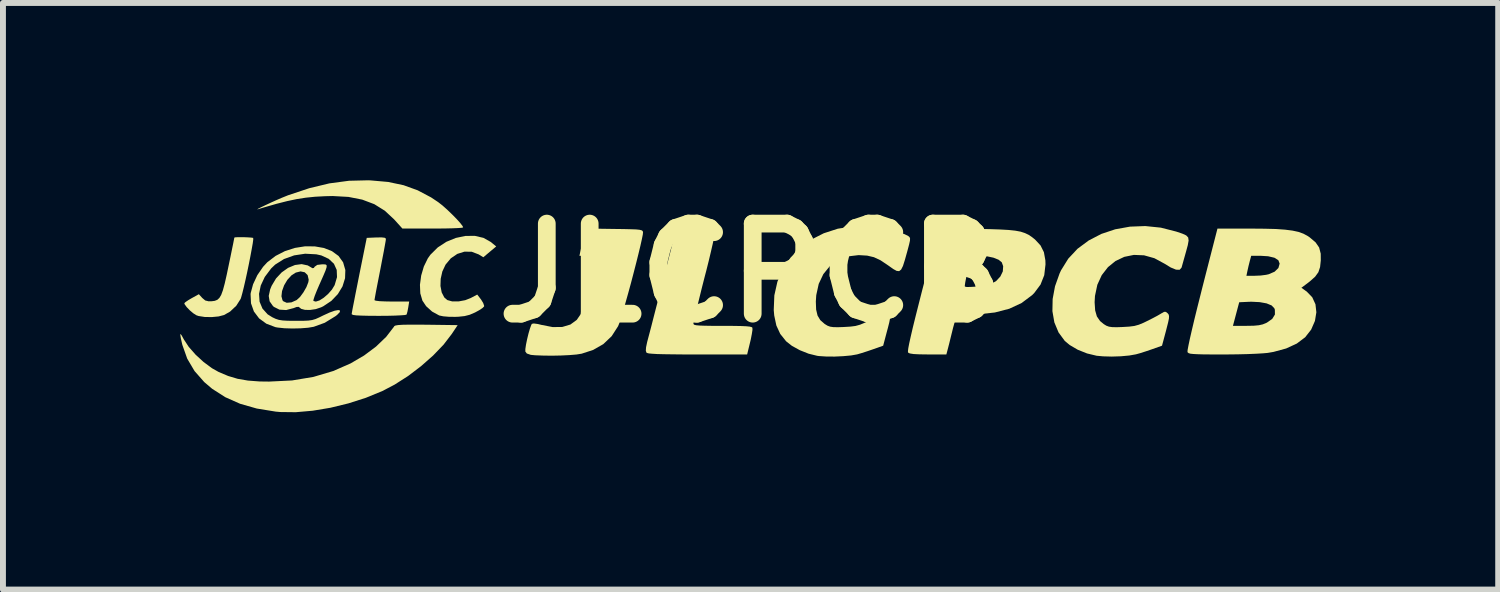
<source format=kicad_pcb>
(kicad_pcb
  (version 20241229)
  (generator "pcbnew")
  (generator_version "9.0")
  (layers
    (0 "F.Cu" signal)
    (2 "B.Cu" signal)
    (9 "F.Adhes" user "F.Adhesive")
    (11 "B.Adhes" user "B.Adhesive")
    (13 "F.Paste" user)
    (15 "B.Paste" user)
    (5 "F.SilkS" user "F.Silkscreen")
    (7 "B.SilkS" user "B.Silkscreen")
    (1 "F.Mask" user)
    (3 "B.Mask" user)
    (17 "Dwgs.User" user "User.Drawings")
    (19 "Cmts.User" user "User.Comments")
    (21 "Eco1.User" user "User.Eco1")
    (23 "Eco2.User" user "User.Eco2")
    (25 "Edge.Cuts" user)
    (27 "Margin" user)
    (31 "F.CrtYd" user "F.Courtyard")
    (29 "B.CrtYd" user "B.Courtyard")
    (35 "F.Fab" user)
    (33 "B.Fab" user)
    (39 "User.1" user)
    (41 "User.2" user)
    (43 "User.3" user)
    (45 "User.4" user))
  (footprint "JLCPCB"
    (layer "F.Cu")
    (at 9.647 1.567)
    (property "Reference" "JLCPCB" (at 0 0 0) (layer "F.SilkS") (effects (font (size 1.524 1.524) (thickness 0.3))))
    (attr board_only exclude_from_pos_files exclude_from_bom)
    (fp_poly (pts (xy -6.189 -0.595) (xy -6.17 -0.581) (xy -6.169 -0.574) (xy -6.173 -0.541) (xy -6.186 -0.468) (xy -6.205 -0.363) (xy -6.23 -0.234) (xy -6.258 -0.087) (xy -6.265 -0.051) (xy -6.294 0.097) (xy -6.32 0.229) (xy -6.341 0.339) (xy -6.355 0.417) (xy -6.362 0.457) (xy -6.362 0.461) (xy -6.339 0.47) (xy -6.275 0.478) (xy -6.179 0.482) (xy -6.069 0.484) (xy -5.775 0.484) (xy -5.791 0.584) (xy -5.804 0.652) (xy -5.817 0.698) (xy -5.82 0.705) (xy -5.847 0.712) (xy -5.915 0.717) (xy -6.016 0.722) (xy -6.141 0.725) (xy -6.285 0.726) (xy -6.291 0.726) (xy -6.459 0.725) (xy -6.583 0.722) (xy -6.669 0.718) (xy -6.722 0.711) (xy -6.745 0.701) (xy -6.748 0.695) (xy -6.743 0.664) (xy -6.73 0.593) (xy -6.709 0.487) (xy -6.683 0.353) (xy -6.652 0.198) (xy -6.62 0.036) (xy -6.493 -0.593) (xy -6.331 -0.6) (xy -6.24 -0.601)) (stroke (width 0) (type solid)) (fill yes) (layer "F.SilkS"))
    (fp_poly (pts (xy -6.424 -1.565) (xy -6.131 -1.539) (xy -5.87 -1.484) (xy -5.632 -1.398) (xy -5.405 -1.278) (xy -5.285 -1.198) (xy -5.213 -1.142) (xy -5.132 -1.07) (xy -5.05 -0.991) (xy -4.973 -0.913) (xy -4.911 -0.844) (xy -4.872 -0.793) (xy -4.862 -0.77) (xy -4.885 -0.764) (xy -4.95 -0.759) (xy -5.048 -0.755) (xy -5.174 -0.752) (xy -5.321 -0.751) (xy -5.376 -0.751) (xy -5.89 -0.751) (xy -6.031 -0.907) (xy -6.187 -1.052) (xy -6.365 -1.163) (xy -6.569 -1.24) (xy -6.802 -1.286) (xy -7.069 -1.301) (xy -7.197 -1.298) (xy -7.367 -1.289) (xy -7.524 -1.273) (xy -7.678 -1.249) (xy -7.839 -1.215) (xy -8.02 -1.169) (xy -8.229 -1.109) (xy -8.334 -1.077) (xy -8.346 -1.076) (xy -8.321 -1.091) (xy -8.269 -1.117) (xy -8.195 -1.152) (xy -8.109 -1.192) (xy -8.018 -1.233) (xy -7.93 -1.271) (xy -7.853 -1.302) (xy -7.826 -1.313) (xy -7.466 -1.433) (xy -7.125 -1.515) (xy -6.794 -1.559) (xy -6.466 -1.567)) (stroke (width 0) (type solid)) (fill yes) (layer "F.SilkS"))
    (fp_poly (pts (xy -4.518 -0.593) (xy -4.392 -0.522) (xy -4.383 -0.514) (xy -4.303 -0.448) (xy -4.412 -0.357) (xy -4.521 -0.265) (xy -4.601 -0.314) (xy -4.717 -0.358) (xy -4.84 -0.36) (xy -4.961 -0.322) (xy -5.071 -0.247) (xy -5.16 -0.14) (xy -5.214 -0.025) (xy -5.242 0.099) (xy -5.246 0.221) (xy -5.225 0.33) (xy -5.181 0.415) (xy -5.13 0.459) (xy -5.047 0.482) (xy -4.94 0.482) (xy -4.827 0.461) (xy -4.735 0.425) (xy -4.624 0.366) (xy -4.559 0.45) (xy -4.523 0.509) (xy -4.507 0.556) (xy -4.508 0.567) (xy -4.535 0.594) (xy -4.593 0.632) (xy -4.661 0.669) (xy -4.752 0.708) (xy -4.838 0.73) (xy -4.942 0.741) (xy -4.995 0.743) (xy -5.102 0.742) (xy -5.198 0.734) (xy -5.265 0.72) (xy -5.268 0.719) (xy -5.387 0.654) (xy -5.488 0.563) (xy -5.551 0.469) (xy -5.587 0.346) (xy -5.593 0.2) (xy -5.572 0.044) (xy -5.527 -0.109) (xy -5.46 -0.246) (xy -5.416 -0.308) (xy -5.291 -0.432) (xy -5.145 -0.527) (xy -4.986 -0.592) (xy -4.823 -0.626) (xy -4.664 -0.627)) (stroke (width 0) (type solid)) (fill yes) (layer "F.SilkS"))
    (fp_poly (pts (xy -8.584 -0.605) (xy -8.51 -0.602) (xy -8.449 -0.598) (xy -8.415 -0.593) (xy -8.414 -0.592) (xy -8.413 -0.564) (xy -8.422 -0.498) (xy -8.439 -0.402) (xy -8.461 -0.283) (xy -8.487 -0.151) (xy -8.515 -0.015) (xy -8.544 0.118) (xy -8.572 0.239) (xy -8.597 0.34) (xy -8.617 0.412) (xy -8.626 0.439) (xy -8.7 0.555) (xy -8.805 0.654) (xy -8.907 0.712) (xy -8.999 0.736) (xy -9.115 0.747) (xy -9.234 0.745) (xy -9.337 0.729) (xy -9.375 0.716) (xy -9.427 0.683) (xy -9.486 0.633) (xy -9.539 0.578) (xy -9.573 0.531) (xy -9.579 0.512) (xy -9.559 0.493) (xy -9.509 0.459) (xy -9.456 0.428) (xy -9.333 0.36) (xy -9.275 0.424) (xy -9.225 0.466) (xy -9.168 0.48) (xy -9.116 0.479) (xy -9.064 0.472) (xy -9.021 0.455) (xy -8.986 0.423) (xy -8.955 0.371) (xy -8.926 0.292) (xy -8.896 0.181) (xy -8.862 0.032) (xy -8.83 -0.121) (xy -8.8 -0.265) (xy -8.774 -0.392) (xy -8.753 -0.494) (xy -8.739 -0.565) (xy -8.733 -0.597) (xy -8.733 -0.598) (xy -8.711 -0.603) (xy -8.657 -0.605)) (stroke (width 0) (type solid)) (fill yes) (layer "F.SilkS"))
    (fp_poly (pts (xy -5.481 0.876) (xy -4.955 0.883) (xy -5.055 1.033) (xy -5.194 1.214) (xy -5.371 1.398) (xy -5.574 1.577) (xy -5.794 1.744) (xy -6.021 1.889) (xy -6.227 1.997) (xy -6.507 2.112) (xy -6.804 2.207) (xy -7.108 2.281) (xy -7.408 2.331) (xy -7.694 2.356) (xy -7.956 2.353) (xy -8.033 2.346) (xy -8.353 2.294) (xy -8.636 2.213) (xy -8.886 2.102) (xy -9.108 1.96) (xy -9.242 1.846) (xy -9.406 1.66) (xy -9.53 1.45) (xy -9.611 1.221) (xy -9.615 1.207) (xy -9.638 1.105) (xy -9.647 1.047) (xy -9.643 1.032) (xy -9.624 1.057) (xy -9.589 1.121) (xy -9.587 1.125) (xy -9.504 1.251) (xy -9.389 1.382) (xy -9.254 1.506) (xy -9.111 1.612) (xy -8.999 1.675) (xy -8.838 1.743) (xy -8.677 1.791) (xy -8.503 1.821) (xy -8.305 1.836) (xy -8.145 1.838) (xy -7.757 1.819) (xy -7.396 1.759) (xy -7.059 1.659) (xy -6.765 1.53) (xy -6.538 1.397) (xy -6.335 1.245) (xy -6.164 1.081) (xy -6.034 0.912) (xy -6.027 0.9) (xy -6.008 0.89) (xy -5.963 0.882) (xy -5.889 0.877) (xy -5.779 0.875) (xy -5.629 0.875)) (stroke (width 0) (type solid)) (fill yes) (layer "F.SilkS"))
    (fp_poly (pts (xy -2.31 -0.744) (xy -2.146 -0.742) (xy -2.024 -0.739) (xy -1.937 -0.736) (xy -1.879 -0.73) (xy -1.845 -0.722) (xy -1.828 -0.711) (xy -1.821 -0.697) (xy -1.819 -0.689) (xy -1.823 -0.649) (xy -1.839 -0.57) (xy -1.864 -0.458) (xy -1.897 -0.321) (xy -1.936 -0.165) (xy -1.979 0.002) (xy -2.024 0.174) (xy -2.07 0.342) (xy -2.115 0.502) (xy -2.156 0.644) (xy -2.192 0.763) (xy -2.221 0.851) (xy -2.241 0.901) (xy -2.35 1.07) (xy -2.491 1.204) (xy -2.664 1.303) (xy -2.857 1.366) (xy -2.944 1.38) (xy -3.066 1.39) (xy -3.21 1.397) (xy -3.363 1.4) (xy -3.512 1.398) (xy -3.643 1.393) (xy -3.718 1.386) (xy -3.785 1.363) (xy -3.81 1.33) (xy -3.81 1.288) (xy -3.799 1.213) (xy -3.78 1.121) (xy -3.757 1.026) (xy -3.732 0.94) (xy -3.71 0.88) (xy -3.699 0.861) (xy -3.666 0.855) (xy -3.599 0.864) (xy -3.538 0.879) (xy -3.348 0.916) (xy -3.185 0.914) (xy -3.048 0.873) (xy -2.94 0.794) (xy -2.86 0.677) (xy -2.845 0.641) (xy -2.825 0.583) (xy -2.798 0.492) (xy -2.766 0.378) (xy -2.732 0.251) (xy -2.698 0.12) (xy -2.666 -0.004) (xy -2.64 -0.113) (xy -2.621 -0.196) (xy -2.613 -0.244) (xy -2.613 -0.248) (xy -2.62 -0.272) (xy -2.65 -0.285) (xy -2.712 -0.29) (xy -2.754 -0.29) (xy -2.895 -0.29) (xy -2.795 -0.751)) (stroke (width 0) (type solid)) (fill yes) (layer "F.SilkS"))
    (fp_poly (pts (xy -0.796 -0.749) (xy -0.7 -0.745) (xy -0.64 -0.738) (xy -0.607 -0.727) (xy -0.597 -0.716) (xy -0.6 -0.685) (xy -0.613 -0.613) (xy -0.637 -0.507) (xy -0.668 -0.371) (xy -0.706 -0.211) (xy -0.75 -0.035) (xy -0.776 0.064) (xy -0.823 0.248) (xy -0.865 0.418) (xy -0.902 0.569) (xy -0.933 0.693) (xy -0.954 0.786) (xy -0.966 0.841) (xy -0.967 0.853) (xy -0.964 0.867) (xy -0.95 0.878) (xy -0.919 0.885) (xy -0.866 0.89) (xy -0.783 0.893) (xy -0.665 0.895) (xy -0.505 0.895) (xy -0.474 0.895) (xy -0.3 0.896) (xy -0.169 0.898) (xy -0.076 0.902) (xy -0.015 0.908) (xy 0.019 0.917) (xy 0.031 0.927) (xy 0.032 0.964) (xy 0.021 1.035) (xy 0.003 1.127) (xy -0.007 1.169) (xy -0.058 1.379) (xy -0.897 1.379) (xy -1.13 1.379) (xy -1.319 1.377) (xy -1.469 1.375) (xy -1.582 1.372) (xy -1.664 1.367) (xy -1.719 1.362) (xy -1.751 1.354) (xy -1.762 1.347) (xy -1.772 1.316) (xy -1.768 1.258) (xy -1.749 1.167) (xy -1.731 1.099) (xy -1.71 1.02) (xy -1.679 0.902) (xy -1.641 0.753) (xy -1.597 0.582) (xy -1.549 0.397) (xy -1.5 0.205) (xy -1.488 0.157) (xy -1.441 -0.027) (xy -1.397 -0.2) (xy -1.357 -0.355) (xy -1.324 -0.486) (xy -1.298 -0.585) (xy -1.283 -0.647) (xy -1.279 -0.659) (xy -1.256 -0.75) (xy -0.933 -0.75)) (stroke (width 0) (type solid)) (fill yes) (layer "F.SilkS"))
    (fp_poly (pts (xy 6.94 -0.766) (xy 7.199 -0.7) (xy 7.303 -0.665) (xy 7.369 -0.635) (xy 7.403 -0.599) (xy 7.41 -0.547) (xy 7.396 -0.469) (xy 7.367 -0.362) (xy 7.338 -0.259) (xy 7.313 -0.17) (xy 7.296 -0.109) (xy 7.291 -0.091) (xy 7.259 -0.054) (xy 7.198 -0.055) (xy 7.108 -0.092) (xy 7.005 -0.155) (xy 6.831 -0.249) (xy 6.656 -0.298) (xy 6.484 -0.305) (xy 6.322 -0.272) (xy 6.174 -0.202) (xy 6.046 -0.098) (xy 5.941 0.037) (xy 5.866 0.2) (xy 5.826 0.389) (xy 5.82 0.496) (xy 5.829 0.633) (xy 5.858 0.735) (xy 5.911 0.813) (xy 5.975 0.866) (xy 6.019 0.893) (xy 6.063 0.909) (xy 6.119 0.917) (xy 6.201 0.918) (xy 6.29 0.915) (xy 6.406 0.908) (xy 6.492 0.897) (xy 6.568 0.876) (xy 6.65 0.842) (xy 6.701 0.817) (xy 6.795 0.77) (xy 6.88 0.725) (xy 6.94 0.69) (xy 6.948 0.685) (xy 6.996 0.658) (xy 7.026 0.659) (xy 7.055 0.682) (xy 7.072 0.703) (xy 7.079 0.73) (xy 7.077 0.772) (xy 7.063 0.839) (xy 7.037 0.941) (xy 7.028 0.977) (xy 6.96 1.231) (xy 6.788 1.292) (xy 6.688 1.326) (xy 6.591 1.357) (xy 6.519 1.377) (xy 6.406 1.397) (xy 6.264 1.41) (xy 6.11 1.415) (xy 5.963 1.411) (xy 5.854 1.401) (xy 5.692 1.362) (xy 5.534 1.299) (xy 5.398 1.219) (xy 5.316 1.151) (xy 5.21 1.007) (xy 5.139 0.837) (xy 5.106 0.647) (xy 5.11 0.441) (xy 5.15 0.226) (xy 5.228 0.007) (xy 5.253 -0.046) (xy 5.374 -0.241) (xy 5.531 -0.409) (xy 5.72 -0.549) (xy 5.934 -0.66) (xy 6.168 -0.738) (xy 6.418 -0.783) (xy 6.677 -0.793)) (stroke (width 0) (type solid)) (fill yes) (layer "F.SilkS"))
    (fp_poly (pts (xy 3.489 -0.748) (xy 3.643 -0.747) (xy 3.814 -0.744) (xy 3.816 -0.744) (xy 4.039 -0.741) (xy 4.219 -0.735) (xy 4.363 -0.727) (xy 4.478 -0.715) (xy 4.569 -0.698) (xy 4.642 -0.674) (xy 4.705 -0.644) (xy 4.762 -0.605) (xy 4.811 -0.566) (xy 4.905 -0.465) (xy 4.962 -0.351) (xy 4.987 -0.213) (xy 4.989 -0.144) (xy 4.968 0.038) (xy 4.905 0.197) (xy 4.799 0.339) (xy 4.762 0.376) (xy 4.586 0.508) (xy 4.376 0.606) (xy 4.133 0.669) (xy 3.858 0.699) (xy 3.759 0.701) (xy 3.625 0.704) (xy 3.537 0.713) (xy 3.493 0.728) (xy 3.49 0.732) (xy 3.474 0.768) (xy 3.451 0.838) (xy 3.425 0.931) (xy 3.413 0.98) (xy 3.386 1.089) (xy 3.361 1.191) (xy 3.341 1.269) (xy 3.336 1.288) (xy 3.312 1.379) (xy 3.002 1.379) (xy 2.857 1.377) (xy 2.757 1.372) (xy 2.694 1.362) (xy 2.665 1.348) (xy 2.662 1.325) (xy 2.668 1.274) (xy 2.684 1.19) (xy 2.71 1.073) (xy 2.746 0.918) (xy 2.794 0.724) (xy 2.854 0.487) (xy 2.904 0.29) (xy 2.924 0.213) (xy 3.624 0.213) (xy 3.625 0.231) (xy 3.657 0.238) (xy 3.722 0.237) (xy 3.808 0.232) (xy 3.9 0.222) (xy 3.985 0.209) (xy 4.048 0.195) (xy 4.059 0.191) (xy 4.154 0.137) (xy 4.225 0.061) (xy 4.267 -0.026) (xy 4.273 -0.114) (xy 4.249 -0.18) (xy 4.196 -0.223) (xy 4.109 -0.258) (xy 3.999 -0.281) (xy 3.88 -0.287) (xy 3.842 -0.286) (xy 3.738 -0.278) (xy 3.674 -0.031) (xy 3.649 0.072) (xy 3.632 0.157) (xy 3.624 0.213) (xy 2.924 0.213) (xy 2.959 0.075) (xy 3.011 -0.125) (xy 3.057 -0.305) (xy 3.097 -0.461) (xy 3.129 -0.587) (xy 3.153 -0.68) (xy 3.166 -0.734) (xy 3.169 -0.746) (xy 3.192 -0.747) (xy 3.257 -0.748) (xy 3.358 -0.748)) (stroke (width 0) (type solid)) (fill yes) (layer "F.SilkS"))
    (fp_poly (pts (xy 2.154 -0.774) (xy 2.27 -0.753) (xy 2.393 -0.724) (xy 2.508 -0.69) (xy 2.604 -0.656) (xy 2.666 -0.625) (xy 2.669 -0.623) (xy 2.689 -0.606) (xy 2.698 -0.583) (xy 2.696 -0.545) (xy 2.682 -0.482) (xy 2.656 -0.384) (xy 2.65 -0.362) (xy 2.61 -0.219) (xy 2.578 -0.118) (xy 2.547 -0.057) (xy 2.513 -0.03) (xy 2.47 -0.035) (xy 2.412 -0.067) (xy 2.335 -0.122) (xy 2.322 -0.131) (xy 2.198 -0.214) (xy 2.087 -0.266) (xy 1.972 -0.293) (xy 1.834 -0.301) (xy 1.825 -0.301) (xy 1.641 -0.279) (xy 1.478 -0.215) (xy 1.34 -0.114) (xy 1.231 0.02) (xy 1.153 0.185) (xy 1.111 0.376) (xy 1.104 0.484) (xy 1.109 0.62) (xy 1.133 0.721) (xy 1.179 0.798) (xy 1.253 0.863) (xy 1.258 0.866) (xy 1.302 0.893) (xy 1.346 0.909) (xy 1.402 0.917) (xy 1.484 0.918) (xy 1.573 0.915) (xy 1.689 0.908) (xy 1.775 0.897) (xy 1.851 0.876) (xy 1.933 0.842) (xy 1.984 0.817) (xy 2.078 0.77) (xy 2.163 0.725) (xy 2.223 0.69) (xy 2.231 0.685) (xy 2.279 0.658) (xy 2.309 0.659) (xy 2.338 0.682) (xy 2.355 0.703) (xy 2.362 0.73) (xy 2.359 0.772) (xy 2.346 0.839) (xy 2.32 0.941) (xy 2.31 0.977) (xy 2.243 1.231) (xy 2.071 1.292) (xy 1.971 1.326) (xy 1.874 1.357) (xy 1.802 1.378) (xy 1.7 1.396) (xy 1.568 1.408) (xy 1.422 1.415) (xy 1.279 1.414) (xy 1.157 1.406) (xy 1.127 1.402) (xy 0.981 1.366) (xy 0.833 1.307) (xy 0.7 1.234) (xy 0.601 1.156) (xy 0.502 1.032) (xy 0.436 0.889) (xy 0.4 0.719) (xy 0.392 0.628) (xy 0.402 0.38) (xy 0.454 0.148) (xy 0.546 -0.065) (xy 0.674 -0.256) (xy 0.834 -0.423) (xy 1.023 -0.562) (xy 1.238 -0.671) (xy 1.475 -0.748) (xy 1.731 -0.788) (xy 2.001 -0.79)) (stroke (width 0) (type solid)) (fill yes) (layer "F.SilkS"))
    (fp_poly (pts (xy 8.695 -0.748) (xy 8.887 -0.743) (xy 9.042 -0.732) (xy 9.167 -0.716) (xy 9.269 -0.694) (xy 9.352 -0.664) (xy 9.424 -0.625) (xy 9.458 -0.602) (xy 9.558 -0.517) (xy 9.618 -0.43) (xy 9.645 -0.326) (xy 9.646 -0.212) (xy 9.634 -0.099) (xy 9.605 -0.012) (xy 9.55 0.064) (xy 9.462 0.142) (xy 9.429 0.168) (xy 9.318 0.251) (xy 9.409 0.316) (xy 9.501 0.411) (xy 9.556 0.53) (xy 9.571 0.666) (xy 9.547 0.812) (xy 9.483 0.959) (xy 9.382 1.088) (xy 9.24 1.195) (xy 9.06 1.278) (xy 8.846 1.336) (xy 8.747 1.353) (xy 8.668 1.36) (xy 8.55 1.367) (xy 8.404 1.373) (xy 8.239 1.377) (xy 8.065 1.379) (xy 7.984 1.379) (xy 7.801 1.379) (xy 7.661 1.378) (xy 7.558 1.375) (xy 7.486 1.371) (xy 7.439 1.366) (xy 7.411 1.357) (xy 7.396 1.346) (xy 7.391 1.337) (xy 7.393 1.304) (xy 7.407 1.229) (xy 7.431 1.115) (xy 7.465 0.967) (xy 7.482 0.895) (xy 8.16 0.895) (xy 8.393 0.895) (xy 8.512 0.893) (xy 8.598 0.885) (xy 8.665 0.87) (xy 8.727 0.844) (xy 8.734 0.841) (xy 8.824 0.778) (xy 8.87 0.704) (xy 8.869 0.622) (xy 8.859 0.596) (xy 8.814 0.55) (xy 8.729 0.515) (xy 8.612 0.494) (xy 8.471 0.487) (xy 8.417 0.489) (xy 8.266 0.496) (xy 8.213 0.695) (xy 8.16 0.895) (xy 7.482 0.895) (xy 7.507 0.789) (xy 7.557 0.586) (xy 7.614 0.36) (xy 7.636 0.272) (xy 7.693 0.048) (xy 8.388 0.048) (xy 8.53 0.048) (xy 8.628 0.044) (xy 8.721 0.032) (xy 8.765 0.022) (xy 8.865 -0.021) (xy 8.929 -0.084) (xy 8.95 -0.158) (xy 8.928 -0.215) (xy 8.862 -0.257) (xy 8.756 -0.282) (xy 8.626 -0.29) (xy 8.469 -0.29) (xy 8.444 -0.198) (xy 8.423 -0.114) (xy 8.405 -0.034) (xy 8.404 -0.029) (xy 8.388 0.048) (xy 7.693 0.048) (xy 7.898 -0.75) (xy 8.462 -0.75)) (stroke (width 0) (type solid)) (fill yes) (layer "F.SilkS"))
    (fp_poly (pts (xy -7.372 -0.449) (xy -7.217 -0.422) (xy -7.081 -0.368) (xy -6.97 -0.287) (xy -6.893 -0.18) (xy -6.855 -0.049) (xy -6.86 0.09) (xy -6.903 0.228) (xy -6.982 0.358) (xy -7.092 0.473) (xy -7.23 0.565) (xy -7.266 0.582) (xy -7.355 0.612) (xy -7.45 0.626) (xy -7.537 0.625) (xy -7.601 0.608) (xy -7.618 0.595) (xy -7.644 0.574) (xy -7.68 0.576) (xy -7.73 0.595) (xy -7.856 0.628) (xy -7.97 0.621) (xy -8.064 0.574) (xy -8.081 0.558) (xy -8.136 0.48) (xy -8.15 0.395) (xy -7.936 0.395) (xy -7.918 0.463) (xy -7.905 0.479) (xy -7.847 0.505) (xy -7.767 0.498) (xy -7.679 0.459) (xy -7.622 0.407) (xy -7.564 0.328) (xy -7.513 0.239) (xy -7.481 0.156) (xy -7.475 0.115) (xy -7.493 0.037) (xy -7.542 -0.011) (xy -7.612 -0.026) (xy -7.693 -0.006) (xy -7.764 0.039) (xy -7.836 0.117) (xy -7.891 0.21) (xy -7.926 0.307) (xy -7.936 0.395) (xy -8.15 0.395) (xy -8.151 0.389) (xy -8.127 0.279) (xy -8.102 0.218) (xy -8.028 0.094) (xy -7.932 -0.009) (xy -7.823 -0.086) (xy -7.707 -0.134) (xy -7.594 -0.149) (xy -7.491 -0.127) (xy -7.453 -0.105) (xy -7.411 -0.08) (xy -7.388 -0.084) (xy -7.374 -0.105) (xy -7.33 -0.136) (xy -7.253 -0.145) (xy -7.211 -0.145) (xy -7.183 -0.141) (xy -7.17 -0.125) (xy -7.173 -0.093) (xy -7.192 -0.036) (xy -7.229 0.051) (xy -7.284 0.175) (xy -7.295 0.199) (xy -7.339 0.302) (xy -7.373 0.388) (xy -7.393 0.449) (xy -7.396 0.474) (xy -7.354 0.485) (xy -7.292 0.465) (xy -7.22 0.419) (xy -7.147 0.356) (xy -7.082 0.282) (xy -7.036 0.206) (xy -6.996 0.071) (xy -7.001 -0.051) (xy -7.048 -0.155) (xy -7.136 -0.238) (xy -7.261 -0.296) (xy -7.346 -0.315) (xy -7.535 -0.325) (xy -7.721 -0.297) (xy -7.893 -0.235) (xy -8.042 -0.141) (xy -8.11 -0.076) (xy -8.218 0.068) (xy -8.286 0.213) (xy -8.315 0.354) (xy -8.306 0.486) (xy -8.257 0.603) (xy -8.17 0.7) (xy -8.092 0.749) (xy -8.035 0.776) (xy -7.98 0.794) (xy -7.916 0.804) (xy -7.83 0.809) (xy -7.71 0.81) (xy -7.691 0.81) (xy -7.569 0.81) (xy -7.482 0.806) (xy -7.417 0.797) (xy -7.359 0.78) (xy -7.294 0.751) (xy -7.231 0.72) (xy -7.122 0.67) (xy -7.035 0.639) (xy -6.975 0.628) (xy -6.945 0.636) (xy -6.949 0.663) (xy -6.993 0.709) (xy -7.021 0.731) (xy -7.203 0.843) (xy -7.39 0.911) (xy -7.485 0.927) (xy -7.611 0.937) (xy -7.75 0.94) (xy -7.885 0.936) (xy -7.999 0.924) (xy -8.038 0.917) (xy -8.191 0.859) (xy -8.314 0.769) (xy -8.402 0.652) (xy -8.451 0.514) (xy -8.458 0.361) (xy -8.456 0.34) (xy -8.416 0.192) (xy -8.344 0.038) (xy -8.247 -0.103) (xy -8.176 -0.18) (xy -8.035 -0.288) (xy -7.877 -0.369) (xy -7.709 -0.423) (xy -7.538 -0.45)) (stroke (width 0) (type solid)) (fill yes) (layer "F.SilkS")))
  (gr_rect
    (start -3 -3)
    (end 22.294 6.923)
    (stroke (width 0.1) (type default))
    (fill no)
    (layer "Edge.Cuts")))
</source>
